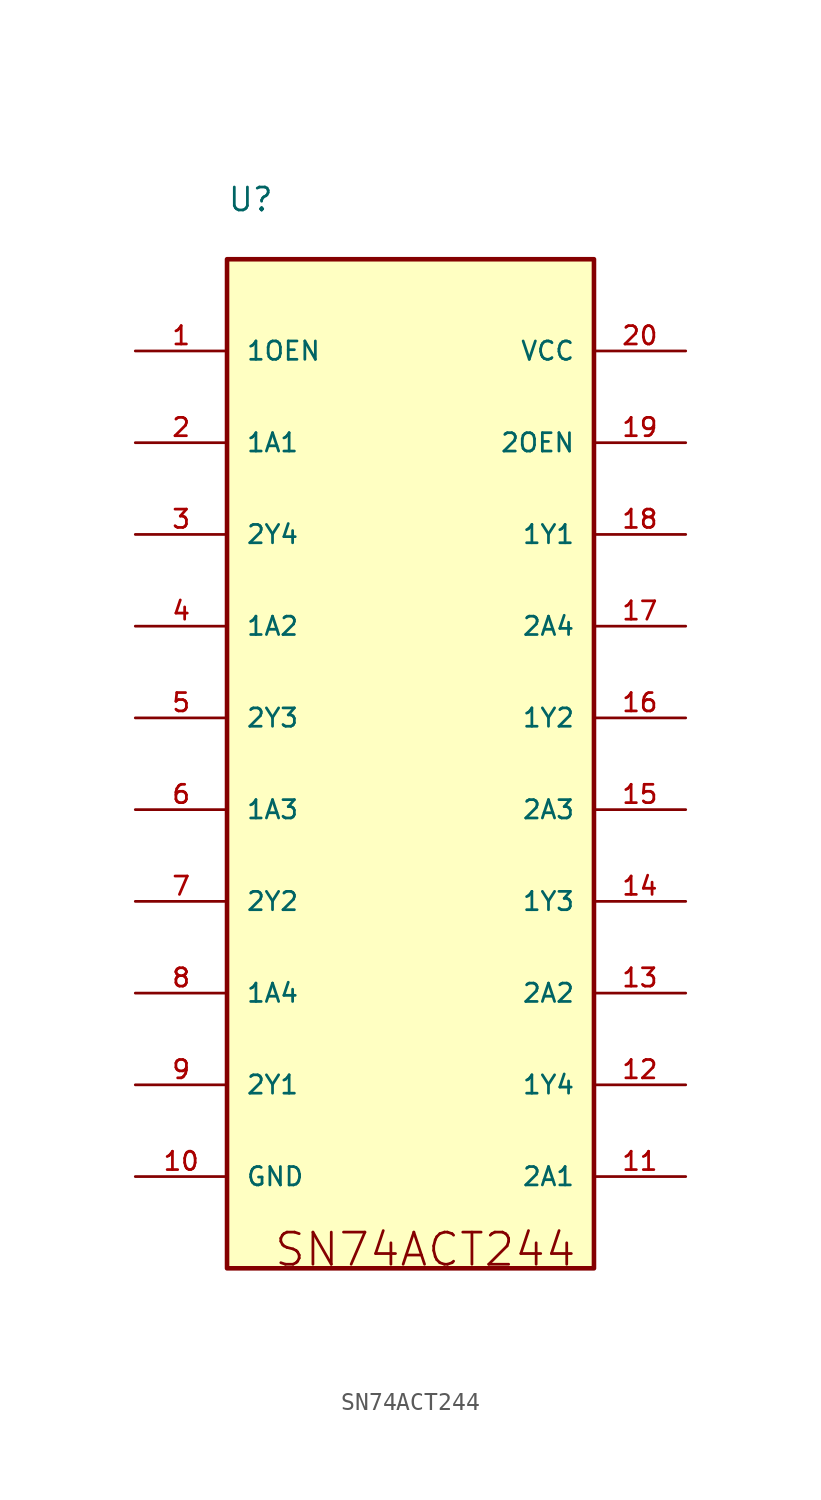
<source format=kicad_sym>
(kicad_symbol_lib
  (version 20211014)
  (generator kicad_symbol_editor)
  (symbol "SN74ACT244"
    (pin_names
      (offset 1.016))
    (property "Reference" "U"
      (at -10.16 30.505 0)
      (effects (font (size 1.27 1.27)) (justify left bottom)))
    (property "ki_locked" ""
      (at 0 0 0)
      (effects (font (size 1.27 1.27))))
    (symbol "SN74ACT244_0_0"
      (rectangle (start -10.16 -27.94) (end 10.16 27.94) (stroke (width 0.254) (type default) (color 0 0 0 0)) (fill (type background)))
      (text "SN74ACT244" (at -7.62 -27.94 0) (effects (font (size 1.778 1.778)) (justify left bottom)))
      (pin input line (at -15.24 22.86 0) (length 5.08) (name "1OEN" (effects (font (size 1.016 1.016)))) (number "1" (effects (font (size 1.016 1.016)))))
      (pin power_in line (at -15.24 -22.86 0) (length 5.08) (name "GND" (effects (font (size 1.016 1.016)))) (number "10" (effects (font (size 1.016 1.016)))))
      (pin input line (at 15.24 -22.86 180) (length 5.08) (name "2A1" (effects (font (size 1.016 1.016)))) (number "11" (effects (font (size 1.016 1.016)))))
      (pin passive line (at 15.24 -17.78 180) (length 5.08) (name "1Y4" (effects (font (size 1.016 1.016)))) (number "12" (effects (font (size 1.016 1.016)))))
      (pin input line (at 15.24 -12.7 180) (length 5.08) (name "2A2" (effects (font (size 1.016 1.016)))) (number "13" (effects (font (size 1.016 1.016)))))
      (pin passive line (at 15.24 -7.62 180) (length 5.08) (name "1Y3" (effects (font (size 1.016 1.016)))) (number "14" (effects (font (size 1.016 1.016)))))
      (pin input line (at 15.24 -2.54 180) (length 5.08) (name "2A3" (effects (font (size 1.016 1.016)))) (number "15" (effects (font (size 1.016 1.016)))))
      (pin passive line (at 15.24 2.54 180) (length 5.08) (name "1Y2" (effects (font (size 1.016 1.016)))) (number "16" (effects (font (size 1.016 1.016)))))
      (pin input line (at 15.24 7.62 180) (length 5.08) (name "2A4" (effects (font (size 1.016 1.016)))) (number "17" (effects (font (size 1.016 1.016)))))
      (pin passive line (at 15.24 12.7 180) (length 5.08) (name "1Y1" (effects (font (size 1.016 1.016)))) (number "18" (effects (font (size 1.016 1.016)))))
      (pin input line (at 15.24 17.78 180) (length 5.08) (name "2OEN" (effects (font (size 1.016 1.016)))) (number "19" (effects (font (size 1.016 1.016)))))
      (pin input line (at -15.24 17.78 0) (length 5.08) (name "1A1" (effects (font (size 1.016 1.016)))) (number "2" (effects (font (size 1.016 1.016)))))
      (pin power_in line (at 15.24 22.86 180) (length 5.08) (name "VCC" (effects (font (size 1.016 1.016)))) (number "20" (effects (font (size 1.016 1.016)))))
      (pin passive line (at -15.24 12.7 0) (length 5.08) (name "2Y4" (effects (font (size 1.016 1.016)))) (number "3" (effects (font (size 1.016 1.016)))))
      (pin input line (at -15.24 7.62 0) (length 5.08) (name "1A2" (effects (font (size 1.016 1.016)))) (number "4" (effects (font (size 1.016 1.016)))))
      (pin passive line (at -15.24 2.54 0) (length 5.08) (name "2Y3" (effects (font (size 1.016 1.016)))) (number "5" (effects (font (size 1.016 1.016)))))
      (pin input line (at -15.24 -2.54 0) (length 5.08) (name "1A3" (effects (font (size 1.016 1.016)))) (number "6" (effects (font (size 1.016 1.016)))))
      (pin passive line (at -15.24 -7.62 0) (length 5.08) (name "2Y2" (effects (font (size 1.016 1.016)))) (number "7" (effects (font (size 1.016 1.016)))))
      (pin input line (at -15.24 -12.7 0) (length 5.08) (name "1A4" (effects (font (size 1.016 1.016)))) (number "8" (effects (font (size 1.016 1.016)))))
      (pin passive line (at -15.24 -17.78 0) (length 5.08) (name "2Y1" (effects (font (size 1.016 1.016)))) (number "9" (effects (font (size 1.016 1.016))))))))
</source>
